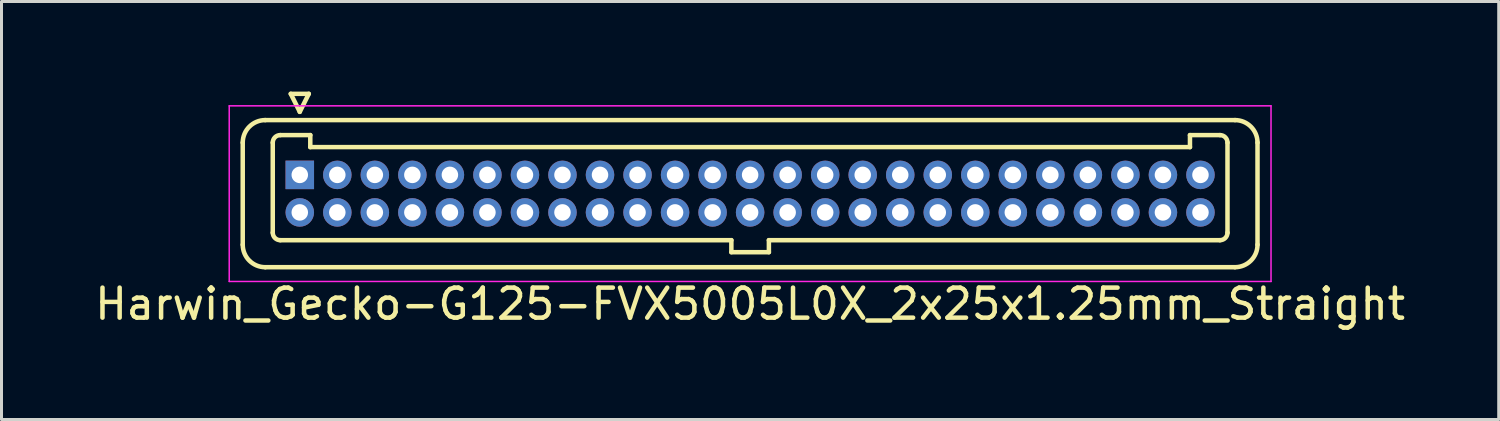
<source format=kicad_pcb>
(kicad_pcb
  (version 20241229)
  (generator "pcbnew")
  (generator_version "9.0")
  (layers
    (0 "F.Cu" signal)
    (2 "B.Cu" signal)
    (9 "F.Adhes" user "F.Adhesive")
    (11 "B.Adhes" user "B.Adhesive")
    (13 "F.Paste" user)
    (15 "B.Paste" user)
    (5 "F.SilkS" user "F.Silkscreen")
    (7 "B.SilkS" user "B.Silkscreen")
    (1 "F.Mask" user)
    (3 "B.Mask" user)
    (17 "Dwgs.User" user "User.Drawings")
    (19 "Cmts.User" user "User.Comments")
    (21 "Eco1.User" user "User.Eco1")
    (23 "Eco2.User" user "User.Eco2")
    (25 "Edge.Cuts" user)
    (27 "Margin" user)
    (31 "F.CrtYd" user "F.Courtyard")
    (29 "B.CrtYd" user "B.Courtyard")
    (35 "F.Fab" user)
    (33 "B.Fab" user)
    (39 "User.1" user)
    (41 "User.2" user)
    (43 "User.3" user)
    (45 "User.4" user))
  (footprint "Harwin_Gecko-G125-FVX5005L0X_2x25x1.25mm_Straight"
    (layer "F.Cu")
    (at 6.935 2.775)
    (property "Reference" "Harwin_Gecko-G125-FVX5005L0X_2x25x1.25mm_Straight" (at 15 4.3 0) (layer "F.SilkS") (effects (font (size 1 1) (thickness 0.15))))
    (attr through_hole)
    (fp_line (start -1.9 -1.075) (end -1.9 2.325) (stroke (width 0.15) (type solid)) (layer "F.SilkS"))
    (fp_line (start -1.15 -1.825) (end 31.15 -1.825) (stroke (width 0.15) (type solid)) (layer "F.SilkS"))
    (fp_line (start -1.15 3.075) (end 31.15 3.075) (stroke (width 0.15) (type solid)) (layer "F.SilkS"))
    (fp_line (start -0.9 -1.075) (end -0.9 1.925) (stroke (width 0.15) (type solid)) (layer "F.SilkS"))
    (fp_line (start -0.65 -1.325) (end 0.35 -1.325) (stroke (width 0.15) (type solid)) (layer "F.SilkS"))
    (fp_line (start -0.65 2.175) (end 14.375 2.175) (stroke (width 0.15) (type solid)) (layer "F.SilkS"))
    (fp_line (start -0.3 -2.7) (end 0.3 -2.7) (stroke (width 0.15) (type solid)) (layer "F.SilkS"))
    (fp_line (start 0 -2.1) (end -0.3 -2.7) (stroke (width 0.15) (type solid)) (layer "F.SilkS"))
    (fp_line (start 0.3 -2.7) (end 0 -2.1) (stroke (width 0.15) (type solid)) (layer "F.SilkS"))
    (fp_line (start 0.35 -1.325) (end 0.35 -0.925) (stroke (width 0.15) (type solid)) (layer "F.SilkS"))
    (fp_line (start 0.35 -0.925) (end 29.65 -0.925) (stroke (width 0.15) (type solid)) (layer "F.SilkS"))
    (fp_line (start 14.375 2.175) (end 14.375 2.575) (stroke (width 0.15) (type solid)) (layer "F.SilkS"))
    (fp_line (start 14.375 2.575) (end 15.625 2.575) (stroke (width 0.15) (type solid)) (layer "F.SilkS"))
    (fp_line (start 15.625 2.175) (end 30.65 2.175) (stroke (width 0.15) (type solid)) (layer "F.SilkS"))
    (fp_line (start 15.625 2.575) (end 15.625 2.175) (stroke (width 0.15) (type solid)) (layer "F.SilkS"))
    (fp_line (start 29.65 -1.325) (end 30.65 -1.325) (stroke (width 0.15) (type solid)) (layer "F.SilkS"))
    (fp_line (start 29.65 -0.925) (end 29.65 -1.325) (stroke (width 0.15) (type solid)) (layer "F.SilkS"))
    (fp_line (start 30.9 -1.075) (end 30.9 1.925) (stroke (width 0.15) (type solid)) (layer "F.SilkS"))
    (fp_line (start 31.9 -1.075) (end 31.9 2.325) (stroke (width 0.15) (type solid)) (layer "F.SilkS"))
    (fp_arc (start -1.9 -1.075) (mid -1.68033 -1.60533) (end -1.15 -1.825) (stroke (width 0.15) (type solid)) (layer "F.SilkS"))
    (fp_arc (start -1.15 3.075) (mid -1.68033 2.85533) (end -1.9 2.325) (stroke (width 0.15) (type solid)) (layer "F.SilkS"))
    (fp_arc (start -0.9 -1.075) (mid -0.826777 -1.251777) (end -0.65 -1.325) (stroke (width 0.15) (type solid)) (layer "F.SilkS"))
    (fp_arc (start -0.65 2.175) (mid -0.826777 2.101777) (end -0.9 1.925) (stroke (width 0.15) (type solid)) (layer "F.SilkS"))
    (fp_arc (start 30.65 -1.325) (mid 30.826777 -1.251777) (end 30.9 -1.075) (stroke (width 0.15) (type solid)) (layer "F.SilkS"))
    (fp_arc (start 30.9 1.925) (mid 30.826777 2.101777) (end 30.65 2.175) (stroke (width 0.15) (type solid)) (layer "F.SilkS"))
    (fp_arc (start 31.15 -1.825) (mid 31.68033 -1.60533) (end 31.9 -1.075) (stroke (width 0.15) (type solid)) (layer "F.SilkS"))
    (fp_arc (start 31.9 2.325) (mid 31.68033 2.85533) (end 31.15 3.075) (stroke (width 0.15) (type solid)) (layer "F.SilkS"))
    (fp_line (start -2.35 -2.3) (end -2.35 3.55) (stroke (width 0.05) (type solid)) (layer "F.CrtYd"))
    (fp_line (start -2.35 3.55) (end 32.35 3.55) (stroke (width 0.05) (type solid)) (layer "F.CrtYd"))
    (fp_line (start 32.35 -2.3) (end -2.35 -2.3) (stroke (width 0.05) (type solid)) (layer "F.CrtYd"))
    (fp_line (start 32.35 3.55) (end 32.35 -2.3) (stroke (width 0.05) (type solid)) (layer "F.CrtYd"))
    (pad "1" thru_hole rect (at 0 0) (size 0.95 0.95) (drill 0.55) (layers "*.Cu" "*.Mask"))
    (pad "2" thru_hole circle (at 0 1.25) (size 0.95 0.95) (drill 0.55) (layers "*.Cu" "*.Mask"))
    (pad "3" thru_hole circle (at 1.25 0) (size 0.95 0.95) (drill 0.55) (layers "*.Cu" "*.Mask"))
    (pad "4" thru_hole circle (at 1.25 1.25) (size 0.95 0.95) (drill 0.55) (layers "*.Cu" "*.Mask"))
    (pad "5" thru_hole circle (at 2.5 0) (size 0.95 0.95) (drill 0.55) (layers "*.Cu" "*.Mask"))
    (pad "6" thru_hole circle (at 2.5 1.25) (size 0.95 0.95) (drill 0.55) (layers "*.Cu" "*.Mask"))
    (pad "7" thru_hole circle (at 3.75 0) (size 0.95 0.95) (drill 0.55) (layers "*.Cu" "*.Mask"))
    (pad "8" thru_hole circle (at 3.75 1.25) (size 0.95 0.95) (drill 0.55) (layers "*.Cu" "*.Mask"))
    (pad "9" thru_hole circle (at 5 0) (size 0.95 0.95) (drill 0.55) (layers "*.Cu" "*.Mask"))
    (pad "10" thru_hole circle (at 5 1.25) (size 0.95 0.95) (drill 0.55) (layers "*.Cu" "*.Mask"))
    (pad "11" thru_hole circle (at 6.25 0) (size 0.95 0.95) (drill 0.55) (layers "*.Cu" "*.Mask"))
    (pad "12" thru_hole circle (at 6.25 1.25) (size 0.95 0.95) (drill 0.55) (layers "*.Cu" "*.Mask"))
    (pad "13" thru_hole circle (at 7.5 0) (size 0.95 0.95) (drill 0.55) (layers "*.Cu" "*.Mask"))
    (pad "14" thru_hole circle (at 7.5 1.25) (size 0.95 0.95) (drill 0.55) (layers "*.Cu" "*.Mask"))
    (pad "15" thru_hole circle (at 8.75 0) (size 0.95 0.95) (drill 0.55) (layers "*.Cu" "*.Mask"))
    (pad "16" thru_hole circle (at 8.75 1.25) (size 0.95 0.95) (drill 0.55) (layers "*.Cu" "*.Mask"))
    (pad "17" thru_hole circle (at 10 0) (size 0.95 0.95) (drill 0.55) (layers "*.Cu" "*.Mask"))
    (pad "18" thru_hole circle (at 10 1.25) (size 0.95 0.95) (drill 0.55) (layers "*.Cu" "*.Mask"))
    (pad "19" thru_hole circle (at 11.25 0) (size 0.95 0.95) (drill 0.55) (layers "*.Cu" "*.Mask"))
    (pad "20" thru_hole circle (at 11.25 1.25) (size 0.95 0.95) (drill 0.55) (layers "*.Cu" "*.Mask"))
    (pad "21" thru_hole circle (at 12.5 0) (size 0.95 0.95) (drill 0.55) (layers "*.Cu" "*.Mask"))
    (pad "22" thru_hole circle (at 12.5 1.25) (size 0.95 0.95) (drill 0.55) (layers "*.Cu" "*.Mask"))
    (pad "23" thru_hole circle (at 13.75 0) (size 0.95 0.95) (drill 0.55) (layers "*.Cu" "*.Mask"))
    (pad "24" thru_hole circle (at 13.75 1.25) (size 0.95 0.95) (drill 0.55) (layers "*.Cu" "*.Mask"))
    (pad "25" thru_hole circle (at 15 0) (size 0.95 0.95) (drill 0.55) (layers "*.Cu" "*.Mask"))
    (pad "26" thru_hole circle (at 15 1.25) (size 0.95 0.95) (drill 0.55) (layers "*.Cu" "*.Mask"))
    (pad "27" thru_hole circle (at 16.25 0) (size 0.95 0.95) (drill 0.55) (layers "*.Cu" "*.Mask"))
    (pad "28" thru_hole circle (at 16.25 1.25) (size 0.95 0.95) (drill 0.55) (layers "*.Cu" "*.Mask"))
    (pad "29" thru_hole circle (at 17.5 0) (size 0.95 0.95) (drill 0.55) (layers "*.Cu" "*.Mask"))
    (pad "30" thru_hole circle (at 17.5 1.25) (size 0.95 0.95) (drill 0.55) (layers "*.Cu" "*.Mask"))
    (pad "31" thru_hole circle (at 18.75 0) (size 0.95 0.95) (drill 0.55) (layers "*.Cu" "*.Mask"))
    (pad "32" thru_hole circle (at 18.75 1.25) (size 0.95 0.95) (drill 0.55) (layers "*.Cu" "*.Mask"))
    (pad "33" thru_hole circle (at 20 0) (size 0.95 0.95) (drill 0.55) (layers "*.Cu" "*.Mask"))
    (pad "34" thru_hole circle (at 20 1.25) (size 0.95 0.95) (drill 0.55) (layers "*.Cu" "*.Mask"))
    (pad "35" thru_hole circle (at 21.25 0) (size 0.95 0.95) (drill 0.55) (layers "*.Cu" "*.Mask"))
    (pad "36" thru_hole circle (at 21.25 1.25) (size 0.95 0.95) (drill 0.55) (layers "*.Cu" "*.Mask"))
    (pad "37" thru_hole circle (at 22.5 0) (size 0.95 0.95) (drill 0.55) (layers "*.Cu" "*.Mask"))
    (pad "38" thru_hole circle (at 22.5 1.25) (size 0.95 0.95) (drill 0.55) (layers "*.Cu" "*.Mask"))
    (pad "39" thru_hole circle (at 23.75 0) (size 0.95 0.95) (drill 0.55) (layers "*.Cu" "*.Mask"))
    (pad "40" thru_hole circle (at 23.75 1.25) (size 0.95 0.95) (drill 0.55) (layers "*.Cu" "*.Mask"))
    (pad "41" thru_hole circle (at 25 0) (size 0.95 0.95) (drill 0.55) (layers "*.Cu" "*.Mask"))
    (pad "42" thru_hole circle (at 25 1.25) (size 0.95 0.95) (drill 0.55) (layers "*.Cu" "*.Mask"))
    (pad "43" thru_hole circle (at 26.25 0) (size 0.95 0.95) (drill 0.55) (layers "*.Cu" "*.Mask"))
    (pad "44" thru_hole circle (at 26.25 1.25) (size 0.95 0.95) (drill 0.55) (layers "*.Cu" "*.Mask"))
    (pad "45" thru_hole circle (at 27.5 0) (size 0.95 0.95) (drill 0.55) (layers "*.Cu" "*.Mask"))
    (pad "46" thru_hole circle (at 27.5 1.25) (size 0.95 0.95) (drill 0.55) (layers "*.Cu" "*.Mask"))
    (pad "47" thru_hole circle (at 28.75 0) (size 0.95 0.95) (drill 0.55) (layers "*.Cu" "*.Mask"))
    (pad "48" thru_hole circle (at 28.75 1.25) (size 0.95 0.95) (drill 0.55) (layers "*.Cu" "*.Mask"))
    (pad "49" thru_hole circle (at 30 0) (size 0.95 0.95) (drill 0.55) (layers "*.Cu" "*.Mask"))
    (pad "50" thru_hole circle (at 30 1.25) (size 0.95 0.95) (drill 0.55) (layers "*.Cu" "*.Mask")))
  (gr_rect
    (start -3 -3)
    (end 46.869 10.923)
    (stroke (width 0.1) (type default))
    (fill no)
    (layer "Edge.Cuts")))
</source>
